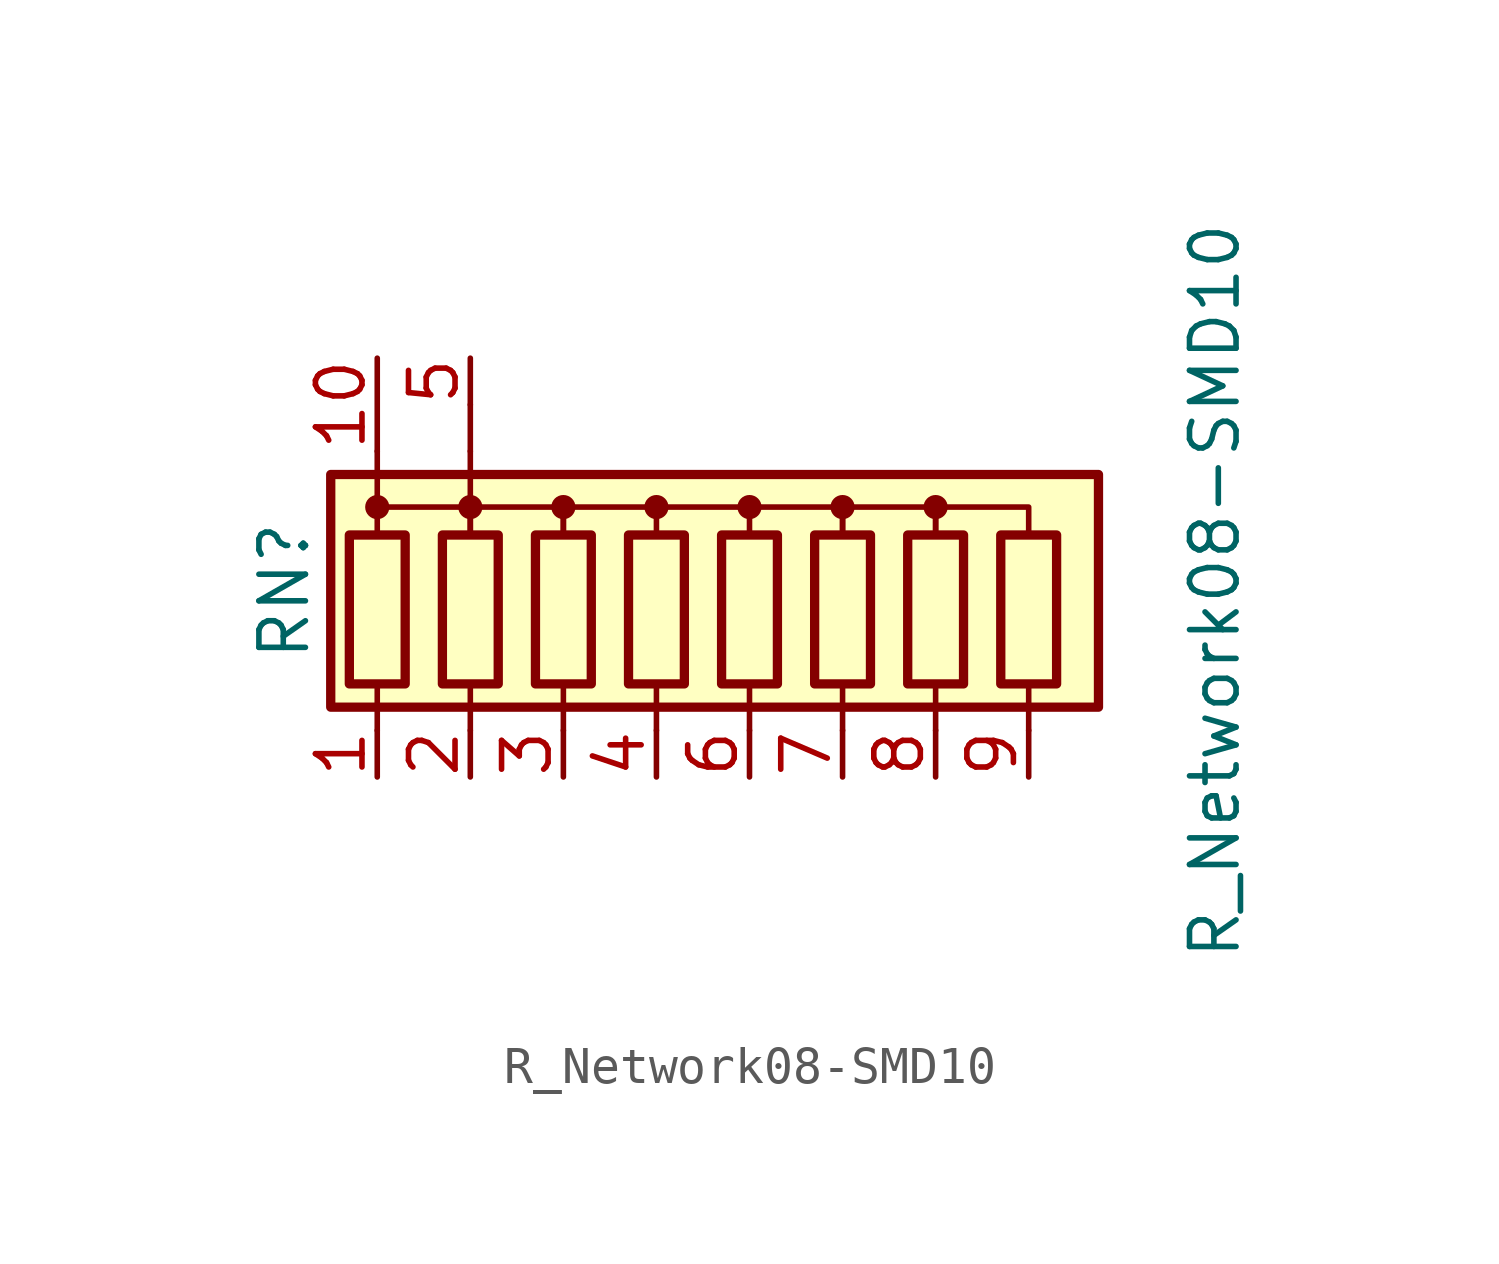
<source format=kicad_sym>
(kicad_symbol_lib
  (version 20211014)
  (generator kicad_symbol_editor)
  (symbol "R_Network08-SMD10"
    (pin_names
      (offset 0) hide)
    (property "Reference" "RN"
      (at -12.7 0 90)
      (effects (font (size 1.27 1.27))))
    (property "Value" "R_Network08-SMD10"
      (at 12.7 0 90)
      (effects (font (size 1.27 1.27))))
    (symbol "R_Network08-SMD10_0_1"
      (rectangle (start -11.43 3.175) (end 9.525 -3.175) (stroke (width 0.254) (type default) (color 0 0 0 0)) (fill (type background)))
      (rectangle (start -10.922 1.524) (end -9.398 -2.54) (stroke (width 0.254) (type default) (color 0 0 0 0)) (fill (type none)))
      (circle (center -10.16 2.286) (radius 0.254) (stroke (width 0) (type default) (color 0 0 0 0)) (fill (type outline)))
      (rectangle (start -8.382 1.524) (end -6.858 -2.54) (stroke (width 0.254) (type default) (color 0 0 0 0)) (fill (type none)))
      (circle (center -7.62 2.286) (radius 0.254) (stroke (width 0) (type default) (color 0 0 0 0)) (fill (type outline)))
      (rectangle (start -5.842 1.524) (end -4.318 -2.54) (stroke (width 0.254) (type default) (color 0 0 0 0)) (fill (type none)))
      (circle (center -5.08 2.286) (radius 0.254) (stroke (width 0) (type default) (color 0 0 0 0)) (fill (type outline)))
      (rectangle (start -3.302 1.524) (end -1.778 -2.54) (stroke (width 0.254) (type default) (color 0 0 0 0)) (fill (type none)))
      (circle (center -2.54 2.286) (radius 0.254) (stroke (width 0) (type default) (color 0 0 0 0)) (fill (type outline)))
      (rectangle (start -0.762 1.524) (end 0.762 -2.54) (stroke (width 0.254) (type default) (color 0 0 0 0)) (fill (type none)))
      (polyline (pts (xy -10.16 -2.54) (xy -10.16 -3.81)) (stroke (width 0) (type default) (color 0 0 0 0)) (fill (type none)))
      (polyline (pts (xy -10.16 2.54) (xy -10.16 3.81)) (stroke (width 0) (type default) (color 0 0 0 0)) (fill (type none)))
      (polyline (pts (xy -7.62 -2.54) (xy -7.62 -3.81)) (stroke (width 0) (type default) (color 0 0 0 0)) (fill (type none)))
      (polyline (pts (xy -7.62 3.81) (xy -7.62 2.54)) (stroke (width 0) (type default) (color 0 0 0 0)) (fill (type none)))
      (polyline (pts (xy -7.62 5.08) (xy -7.62 3.81)) (stroke (width 0) (type default) (color 0 0 0 0)) (fill (type none)))
      (polyline (pts (xy -5.08 -2.54) (xy -5.08 -3.81)) (stroke (width 0) (type default) (color 0 0 0 0)) (fill (type none)))
      (polyline (pts (xy -2.54 -2.54) (xy -2.54 -3.81)) (stroke (width 0) (type default) (color 0 0 0 0)) (fill (type none)))
      (polyline (pts (xy -2.54 2.286) (xy 0 2.286)) (stroke (width 0) (type default) (color 0 0 0 0)) (fill (type none)))
      (polyline (pts (xy 0 -2.54) (xy 0 -3.81)) (stroke (width 0) (type default) (color 0 0 0 0)) (fill (type none)))
      (polyline (pts (xy 2.54 -2.54) (xy 2.54 -3.81)) (stroke (width 0) (type default) (color 0 0 0 0)) (fill (type none)))
      (polyline (pts (xy 5.08 -2.54) (xy 5.08 -3.81)) (stroke (width 0) (type default) (color 0 0 0 0)) (fill (type none)))
      (polyline (pts (xy 7.62 -2.54) (xy 7.62 -3.81)) (stroke (width 0) (type default) (color 0 0 0 0)) (fill (type none)))
      (polyline (pts (xy -10.16 1.524) (xy -10.16 2.286) (xy -7.62 2.286) (xy -7.62 1.524)) (stroke (width 0) (type default) (color 0 0 0 0)) (fill (type none)))
      (polyline (pts (xy -7.62 1.524) (xy -7.62 2.286) (xy -5.08 2.286) (xy -5.08 1.524)) (stroke (width 0) (type default) (color 0 0 0 0)) (fill (type none)))
      (polyline (pts (xy -5.08 1.524) (xy -5.08 2.286) (xy -2.54 2.286) (xy -2.54 1.524)) (stroke (width 0) (type default) (color 0 0 0 0)) (fill (type none)))
      (polyline (pts (xy 0 1.524) (xy 0 2.286) (xy 2.54 2.286) (xy 2.54 1.524)) (stroke (width 0) (type default) (color 0 0 0 0)) (fill (type none)))
      (polyline (pts (xy 2.54 1.524) (xy 2.54 2.286) (xy 5.08 2.286) (xy 5.08 1.524)) (stroke (width 0) (type default) (color 0 0 0 0)) (fill (type none)))
      (polyline (pts (xy 5.08 1.524) (xy 5.08 2.286) (xy 7.62 2.286) (xy 7.62 1.524)) (stroke (width 0) (type default) (color 0 0 0 0)) (fill (type none)))
      (circle (center 0 2.286) (radius 0.254) (stroke (width 0) (type default) (color 0 0 0 0)) (fill (type outline)))
      (rectangle (start 1.778 1.524) (end 3.302 -2.54) (stroke (width 0.254) (type default) (color 0 0 0 0)) (fill (type none)))
      (circle (center 2.54 2.286) (radius 0.254) (stroke (width 0) (type default) (color 0 0 0 0)) (fill (type outline)))
      (rectangle (start 4.318 1.524) (end 5.842 -2.54) (stroke (width 0.254) (type default) (color 0 0 0 0)) (fill (type none)))
      (circle (center 5.08 2.286) (radius 0.254) (stroke (width 0) (type default) (color 0 0 0 0)) (fill (type outline)))
      (rectangle (start 6.858 1.524) (end 8.382 -2.54) (stroke (width 0.254) (type default) (color 0 0 0 0)) (fill (type none))))
    (symbol "R_Network08-SMD10_1_1"
      (pin passive line (at -10.16 -5.08 90) (length 1.27) (name "R1" (effects (font (size 1.27 1.27)))) (number "1" (effects (font (size 1.27 1.27)))))
      (pin passive line (at -10.16 6.35 270) (length 2.54) (name "common" (effects (font (size 1.27 1.27)))) (number "10" (effects (font (size 1.27 1.27)))))
      (pin passive line (at -7.62 -5.08 90) (length 1.27) (name "R2" (effects (font (size 1.27 1.27)))) (number "2" (effects (font (size 1.27 1.27)))))
      (pin passive line (at -5.08 -5.08 90) (length 1.27) (name "R3" (effects (font (size 1.27 1.27)))) (number "3" (effects (font (size 1.27 1.27)))))
      (pin passive line (at -2.54 -5.08 90) (length 1.27) (name "R4" (effects (font (size 1.27 1.27)))) (number "4" (effects (font (size 1.27 1.27)))))
      (pin passive line (at -7.62 6.35 270) (length 1.27) (name "R5" (effects (font (size 1.27 1.27)))) (number "5" (effects (font (size 1.27 1.27)))))
      (pin passive line (at 0 -5.08 90) (length 1.27) (name "R6" (effects (font (size 1.27 1.27)))) (number "6" (effects (font (size 1.27 1.27)))))
      (pin passive line (at 2.54 -5.08 90) (length 1.27) (name "R7" (effects (font (size 1.27 1.27)))) (number "7" (effects (font (size 1.27 1.27)))))
      (pin passive line (at 5.08 -5.08 90) (length 1.27) (name "R8" (effects (font (size 1.27 1.27)))) (number "8" (effects (font (size 1.27 1.27)))))
      (pin passive line (at 7.62 -5.08 90) (length 1.27) (name "R9" (effects (font (size 1.27 1.27)))) (number "9" (effects (font (size 1.27 1.27))))))))
</source>
